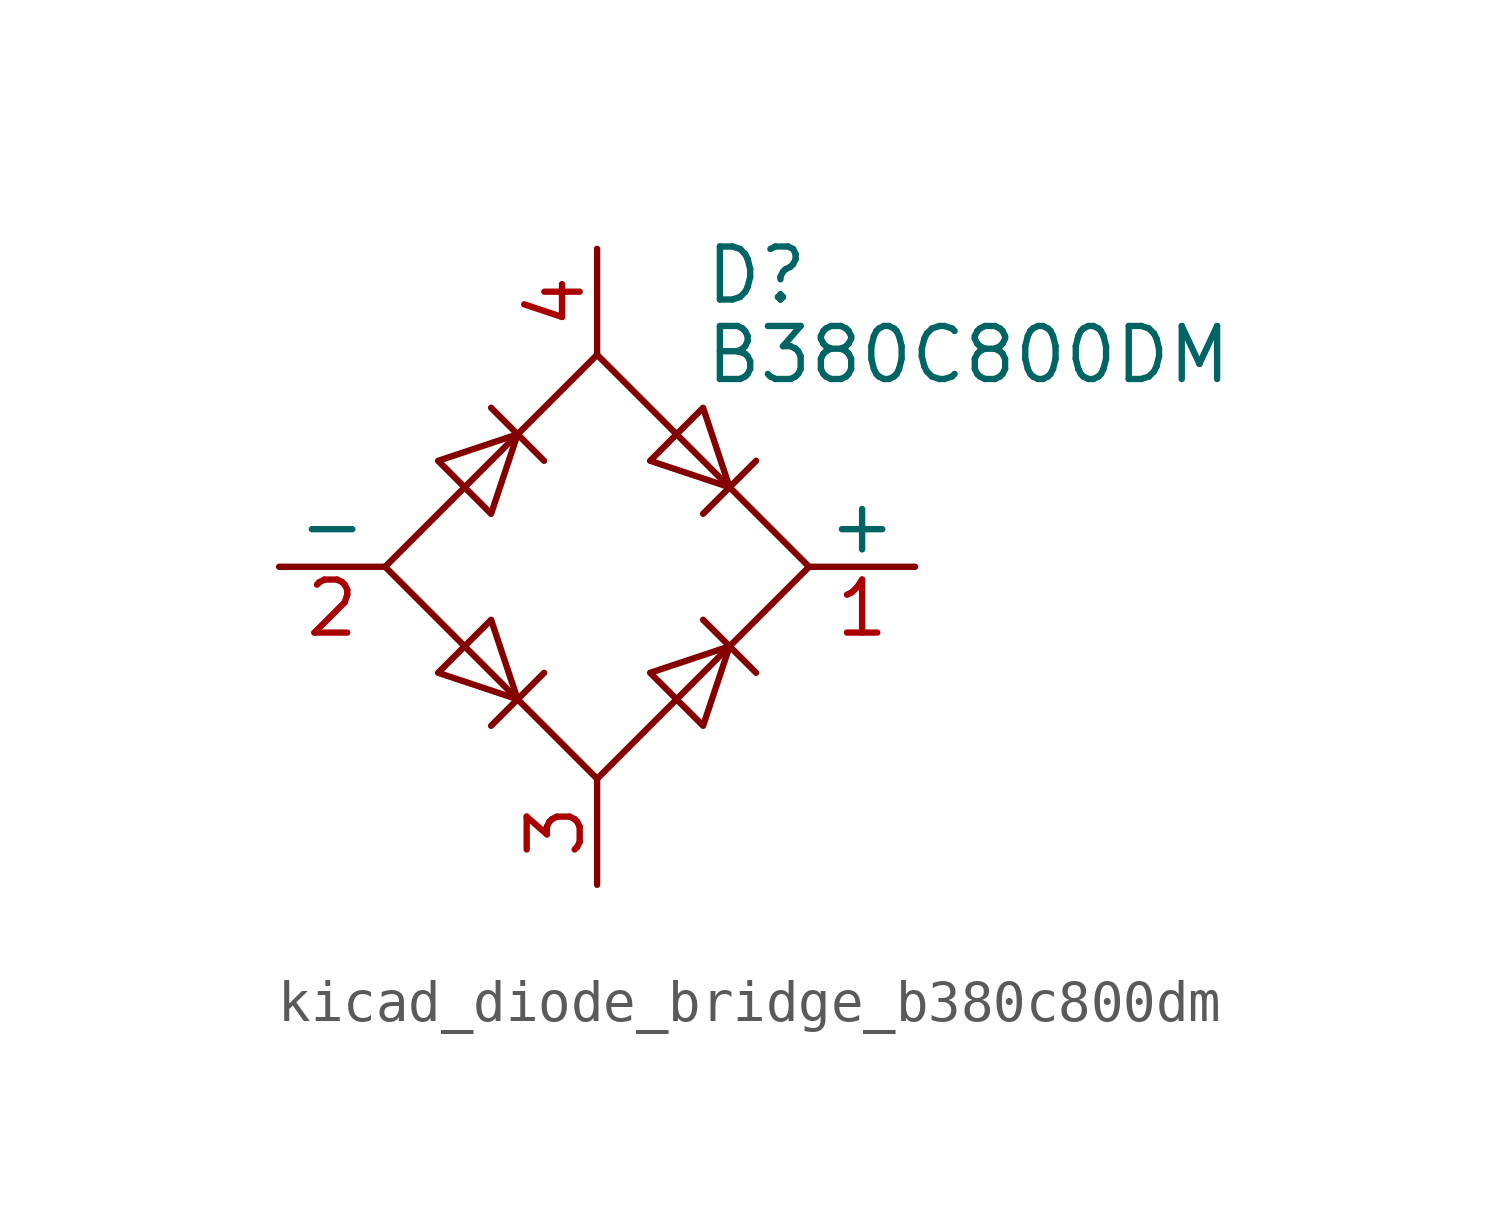
<source format=kicad_sym>
(kicad_symbol_lib
  (version 20220914)
  (generator kicad_symbol_editor)
  (symbol "kicad_diode_bridge_b380c800dm"
    (pin_names
      (offset 0))
    (property "Reference" "D"
      (at 2.54 6.985 0)
      (effects (font (size 1.27 1.27)) (justify left)))
    (property "Value" "B380C800DM"
      (at 2.54 5.08 0)
      (effects (font (size 1.27 1.27)) (justify left)))
    (symbol "kicad_diode_bridge_b380c800dm_0_1"
      (polyline (pts (xy -2.54 3.81) (xy -1.27 2.54)) (stroke (width 0) (type default)) (fill (type none)))
      (polyline (pts (xy -1.27 -2.54) (xy -2.54 -3.81)) (stroke (width 0) (type default)) (fill (type none)))
      (polyline (pts (xy 2.54 -1.27) (xy 3.81 -2.54)) (stroke (width 0) (type default)) (fill (type none)))
      (polyline (pts (xy 2.54 1.27) (xy 3.81 2.54)) (stroke (width 0) (type default)) (fill (type none)))
      (polyline (pts (xy -3.81 2.54) (xy -2.54 1.27) (xy -1.905 3.175) (xy -3.81 2.54)) (stroke (width 0) (type default)) (fill (type none)))
      (polyline (pts (xy -2.54 -1.27) (xy -3.81 -2.54) (xy -1.905 -3.175) (xy -2.54 -1.27)) (stroke (width 0) (type default)) (fill (type none)))
      (polyline (pts (xy 1.27 2.54) (xy 2.54 3.81) (xy 3.175 1.905) (xy 1.27 2.54)) (stroke (width 0) (type default)) (fill (type none)))
      (polyline (pts (xy 3.175 -1.905) (xy 1.27 -2.54) (xy 2.54 -3.81) (xy 3.175 -1.905)) (stroke (width 0) (type default)) (fill (type none)))
      (polyline (pts (xy -5.08 0) (xy 0 -5.08) (xy 5.08 0) (xy 0 5.08) (xy -5.08 0)) (stroke (width 0) (type default)) (fill (type none))))
    (symbol "kicad_diode_bridge_b380c800dm_1_1"
      (pin passive line (at 7.62 0 180) (length 2.54) (name "+" (effects (font (size 1.27 1.27)))) (number "1" (effects (font (size 1.27 1.27)))))
      (pin passive line (at -7.62 0 0) (length 2.54) (name "-" (effects (font (size 1.27 1.27)))) (number "2" (effects (font (size 1.27 1.27)))))
      (pin passive line (at 0 -7.62 90) (length 2.54) (name "~" (effects (font (size 1.27 1.27)))) (number "3" (effects (font (size 1.27 1.27)))))
      (pin passive line (at 0 7.62 270) (length 2.54) (name "~" (effects (font (size 1.27 1.27)))) (number "4" (effects (font (size 1.27 1.27))))))))
</source>
